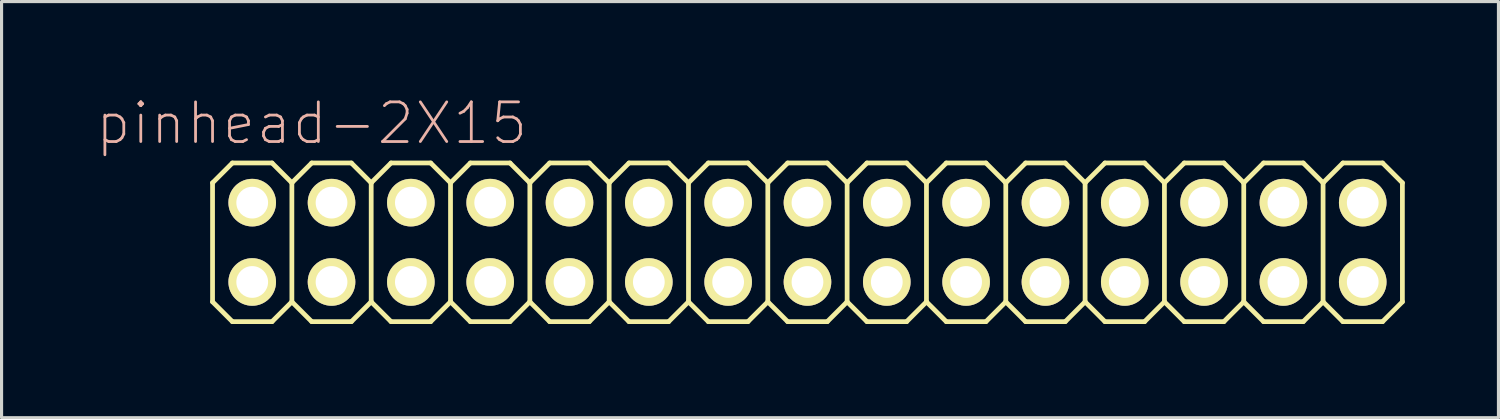
<source format=kicad_pcb>
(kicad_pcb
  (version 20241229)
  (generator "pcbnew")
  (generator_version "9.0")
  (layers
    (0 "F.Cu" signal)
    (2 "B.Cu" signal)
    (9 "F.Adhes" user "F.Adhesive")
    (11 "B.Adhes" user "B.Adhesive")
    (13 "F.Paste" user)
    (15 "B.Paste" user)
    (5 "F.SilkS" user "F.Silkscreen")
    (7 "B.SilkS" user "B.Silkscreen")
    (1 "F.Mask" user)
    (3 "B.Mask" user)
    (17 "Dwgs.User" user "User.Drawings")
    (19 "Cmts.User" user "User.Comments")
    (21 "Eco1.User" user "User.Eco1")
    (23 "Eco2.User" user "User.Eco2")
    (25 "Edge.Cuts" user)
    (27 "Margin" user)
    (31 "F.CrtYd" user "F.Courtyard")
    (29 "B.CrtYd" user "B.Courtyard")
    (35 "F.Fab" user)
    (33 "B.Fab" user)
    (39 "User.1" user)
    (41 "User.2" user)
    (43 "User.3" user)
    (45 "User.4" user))
  (footprint "pinhead-2X15"
    (layer "F.Cu")
    (at 22.806 4.709)
    (property "Reference" "pinhead-2X15" (at -15.875 -3.81 0) (layer "B.SilkS") (effects (font (size 1.27 1.27) (thickness 0.089))))
    (attr exclude_from_pos_files exclude_from_bom)
    (fp_line (start -19.05 -1.905) (end -18.415 -2.54) (stroke (width 0.152) (type solid)) (layer "F.SilkS"))
    (fp_line (start -19.05 1.905) (end -19.05 -1.905) (stroke (width 0.152) (type solid)) (layer "F.SilkS"))
    (fp_line (start -19.05 1.905) (end -18.415 2.54) (stroke (width 0.152) (type solid)) (layer "F.SilkS"))
    (fp_line (start -18.415 -2.54) (end -17.145 -2.54) (stroke (width 0.152) (type solid)) (layer "F.SilkS"))
    (fp_line (start -18.415 2.54) (end -17.145 2.54) (stroke (width 0.152) (type solid)) (layer "F.SilkS"))
    (fp_line (start -18.034 -1.524) (end -17.523 -1.524) (stroke (width 0.066) (type solid)) (layer "F.SilkS"))
    (fp_line (start -18.034 -1.016) (end -18.034 -1.524) (stroke (width 0.066) (type solid)) (layer "F.SilkS"))
    (fp_line (start -18.034 -1.016) (end -17.523 -1.016) (stroke (width 0.066) (type solid)) (layer "F.SilkS"))
    (fp_line (start -18.034 1.016) (end -17.523 1.016) (stroke (width 0.066) (type solid)) (layer "F.SilkS"))
    (fp_line (start -18.034 1.524) (end -18.034 1.016) (stroke (width 0.066) (type solid)) (layer "F.SilkS"))
    (fp_line (start -18.034 1.524) (end -17.523 1.524) (stroke (width 0.066) (type solid)) (layer "F.SilkS"))
    (fp_line (start -17.523 -1.016) (end -17.523 -1.524) (stroke (width 0.066) (type solid)) (layer "F.SilkS"))
    (fp_line (start -17.523 1.524) (end -17.523 1.016) (stroke (width 0.066) (type solid)) (layer "F.SilkS"))
    (fp_line (start -17.145 -2.54) (end -16.51 -1.905) (stroke (width 0.152) (type solid)) (layer "F.SilkS"))
    (fp_line (start -17.145 2.54) (end -16.51 1.905) (stroke (width 0.152) (type solid)) (layer "F.SilkS"))
    (fp_line (start -16.51 -1.905) (end -16.51 1.905) (stroke (width 0.152) (type solid)) (layer "F.SilkS"))
    (fp_line (start -16.51 -1.905) (end -15.875 -2.54) (stroke (width 0.152) (type solid)) (layer "F.SilkS"))
    (fp_line (start -16.51 1.905) (end -15.875 2.54) (stroke (width 0.152) (type solid)) (layer "F.SilkS"))
    (fp_line (start -15.875 -2.54) (end -14.605 -2.54) (stroke (width 0.152) (type solid)) (layer "F.SilkS"))
    (fp_line (start -15.875 2.54) (end -14.605 2.54) (stroke (width 0.152) (type solid)) (layer "F.SilkS"))
    (fp_line (start -15.494 -1.524) (end -14.986 -1.524) (stroke (width 0.066) (type solid)) (layer "F.SilkS"))
    (fp_line (start -15.494 -1.016) (end -15.494 -1.524) (stroke (width 0.066) (type solid)) (layer "F.SilkS"))
    (fp_line (start -15.494 -1.016) (end -14.986 -1.016) (stroke (width 0.066) (type solid)) (layer "F.SilkS"))
    (fp_line (start -15.494 1.016) (end -14.986 1.016) (stroke (width 0.066) (type solid)) (layer "F.SilkS"))
    (fp_line (start -15.494 1.524) (end -15.494 1.016) (stroke (width 0.066) (type solid)) (layer "F.SilkS"))
    (fp_line (start -15.494 1.524) (end -14.986 1.524) (stroke (width 0.066) (type solid)) (layer "F.SilkS"))
    (fp_line (start -14.986 -1.016) (end -14.986 -1.524) (stroke (width 0.066) (type solid)) (layer "F.SilkS"))
    (fp_line (start -14.986 1.524) (end -14.986 1.016) (stroke (width 0.066) (type solid)) (layer "F.SilkS"))
    (fp_line (start -14.605 -2.54) (end -13.97 -1.905) (stroke (width 0.152) (type solid)) (layer "F.SilkS"))
    (fp_line (start -14.605 2.54) (end -13.97 1.905) (stroke (width 0.152) (type solid)) (layer "F.SilkS"))
    (fp_line (start -13.97 -1.905) (end -13.97 1.905) (stroke (width 0.152) (type solid)) (layer "F.SilkS"))
    (fp_line (start -13.97 -1.905) (end -13.335 -2.54) (stroke (width 0.152) (type solid)) (layer "F.SilkS"))
    (fp_line (start -13.97 1.905) (end -13.335 2.54) (stroke (width 0.152) (type solid)) (layer "F.SilkS"))
    (fp_line (start -13.335 -2.54) (end -12.065 -2.54) (stroke (width 0.152) (type solid)) (layer "F.SilkS"))
    (fp_line (start -13.335 2.54) (end -12.065 2.54) (stroke (width 0.152) (type solid)) (layer "F.SilkS"))
    (fp_line (start -12.954 -1.524) (end -12.446 -1.524) (stroke (width 0.066) (type solid)) (layer "F.SilkS"))
    (fp_line (start -12.954 -1.016) (end -12.954 -1.524) (stroke (width 0.066) (type solid)) (layer "F.SilkS"))
    (fp_line (start -12.954 -1.016) (end -12.446 -1.016) (stroke (width 0.066) (type solid)) (layer "F.SilkS"))
    (fp_line (start -12.954 1.016) (end -12.446 1.016) (stroke (width 0.066) (type solid)) (layer "F.SilkS"))
    (fp_line (start -12.954 1.524) (end -12.954 1.016) (stroke (width 0.066) (type solid)) (layer "F.SilkS"))
    (fp_line (start -12.954 1.524) (end -12.446 1.524) (stroke (width 0.066) (type solid)) (layer "F.SilkS"))
    (fp_line (start -12.446 -1.016) (end -12.446 -1.524) (stroke (width 0.066) (type solid)) (layer "F.SilkS"))
    (fp_line (start -12.446 1.524) (end -12.446 1.016) (stroke (width 0.066) (type solid)) (layer "F.SilkS"))
    (fp_line (start -12.065 -2.54) (end -11.43 -1.905) (stroke (width 0.152) (type solid)) (layer "F.SilkS"))
    (fp_line (start -12.065 2.54) (end -11.43 1.905) (stroke (width 0.152) (type solid)) (layer "F.SilkS"))
    (fp_line (start -11.43 -1.905) (end -11.43 1.905) (stroke (width 0.152) (type solid)) (layer "F.SilkS"))
    (fp_line (start -11.43 -1.905) (end -10.795 -2.54) (stroke (width 0.152) (type solid)) (layer "F.SilkS"))
    (fp_line (start -11.43 1.905) (end -10.795 2.54) (stroke (width 0.152) (type solid)) (layer "F.SilkS"))
    (fp_line (start -10.795 -2.54) (end -9.525 -2.54) (stroke (width 0.152) (type solid)) (layer "F.SilkS"))
    (fp_line (start -10.795 2.54) (end -9.525 2.54) (stroke (width 0.152) (type solid)) (layer "F.SilkS"))
    (fp_line (start -10.414 -1.524) (end -9.906 -1.524) (stroke (width 0.066) (type solid)) (layer "F.SilkS"))
    (fp_line (start -10.414 -1.016) (end -10.414 -1.524) (stroke (width 0.066) (type solid)) (layer "F.SilkS"))
    (fp_line (start -10.414 -1.016) (end -9.906 -1.016) (stroke (width 0.066) (type solid)) (layer "F.SilkS"))
    (fp_line (start -10.414 1.016) (end -9.906 1.016) (stroke (width 0.066) (type solid)) (layer "F.SilkS"))
    (fp_line (start -10.414 1.524) (end -10.414 1.016) (stroke (width 0.066) (type solid)) (layer "F.SilkS"))
    (fp_line (start -10.414 1.524) (end -9.906 1.524) (stroke (width 0.066) (type solid)) (layer "F.SilkS"))
    (fp_line (start -9.906 -1.016) (end -9.906 -1.524) (stroke (width 0.066) (type solid)) (layer "F.SilkS"))
    (fp_line (start -9.906 1.524) (end -9.906 1.016) (stroke (width 0.066) (type solid)) (layer "F.SilkS"))
    (fp_line (start -9.525 -2.54) (end -8.89 -1.905) (stroke (width 0.152) (type solid)) (layer "F.SilkS"))
    (fp_line (start -9.525 2.54) (end -8.89 1.905) (stroke (width 0.152) (type solid)) (layer "F.SilkS"))
    (fp_line (start -8.89 -1.905) (end -8.89 1.905) (stroke (width 0.152) (type solid)) (layer "F.SilkS"))
    (fp_line (start -8.89 -1.905) (end -8.255 -2.54) (stroke (width 0.152) (type solid)) (layer "F.SilkS"))
    (fp_line (start -8.89 1.905) (end -8.255 2.54) (stroke (width 0.152) (type solid)) (layer "F.SilkS"))
    (fp_line (start -8.255 -2.54) (end -6.985 -2.54) (stroke (width 0.152) (type solid)) (layer "F.SilkS"))
    (fp_line (start -8.255 2.54) (end -6.985 2.54) (stroke (width 0.152) (type solid)) (layer "F.SilkS"))
    (fp_line (start -7.874 -1.524) (end -7.366 -1.524) (stroke (width 0.066) (type solid)) (layer "F.SilkS"))
    (fp_line (start -7.874 -1.016) (end -7.874 -1.524) (stroke (width 0.066) (type solid)) (layer "F.SilkS"))
    (fp_line (start -7.874 -1.016) (end -7.366 -1.016) (stroke (width 0.066) (type solid)) (layer "F.SilkS"))
    (fp_line (start -7.874 1.016) (end -7.366 1.016) (stroke (width 0.066) (type solid)) (layer "F.SilkS"))
    (fp_line (start -7.874 1.524) (end -7.874 1.016) (stroke (width 0.066) (type solid)) (layer "F.SilkS"))
    (fp_line (start -7.874 1.524) (end -7.366 1.524) (stroke (width 0.066) (type solid)) (layer "F.SilkS"))
    (fp_line (start -7.366 -1.016) (end -7.366 -1.524) (stroke (width 0.066) (type solid)) (layer "F.SilkS"))
    (fp_line (start -7.366 1.524) (end -7.366 1.016) (stroke (width 0.066) (type solid)) (layer "F.SilkS"))
    (fp_line (start -6.985 -2.54) (end -6.35 -1.905) (stroke (width 0.152) (type solid)) (layer "F.SilkS"))
    (fp_line (start -6.985 2.54) (end -6.35 1.905) (stroke (width 0.152) (type solid)) (layer "F.SilkS"))
    (fp_line (start -6.35 -1.905) (end -6.35 1.905) (stroke (width 0.152) (type solid)) (layer "F.SilkS"))
    (fp_line (start -6.35 -1.905) (end -5.715 -2.54) (stroke (width 0.152) (type solid)) (layer "F.SilkS"))
    (fp_line (start -6.35 1.905) (end -5.715 2.54) (stroke (width 0.152) (type solid)) (layer "F.SilkS"))
    (fp_line (start -5.715 -2.54) (end -4.445 -2.54) (stroke (width 0.152) (type solid)) (layer "F.SilkS"))
    (fp_line (start -5.715 2.54) (end -4.445 2.54) (stroke (width 0.152) (type solid)) (layer "F.SilkS"))
    (fp_line (start -5.334 -1.524) (end -4.826 -1.524) (stroke (width 0.066) (type solid)) (layer "F.SilkS"))
    (fp_line (start -5.334 -1.016) (end -5.334 -1.524) (stroke (width 0.066) (type solid)) (layer "F.SilkS"))
    (fp_line (start -5.334 -1.016) (end -4.826 -1.016) (stroke (width 0.066) (type solid)) (layer "F.SilkS"))
    (fp_line (start -5.334 1.016) (end -4.826 1.016) (stroke (width 0.066) (type solid)) (layer "F.SilkS"))
    (fp_line (start -5.334 1.524) (end -5.334 1.016) (stroke (width 0.066) (type solid)) (layer "F.SilkS"))
    (fp_line (start -5.334 1.524) (end -4.826 1.524) (stroke (width 0.066) (type solid)) (layer "F.SilkS"))
    (fp_line (start -4.826 -1.016) (end -4.826 -1.524) (stroke (width 0.066) (type solid)) (layer "F.SilkS"))
    (fp_line (start -4.826 1.524) (end -4.826 1.016) (stroke (width 0.066) (type solid)) (layer "F.SilkS"))
    (fp_line (start -4.445 -2.54) (end -3.81 -1.905) (stroke (width 0.152) (type solid)) (layer "F.SilkS"))
    (fp_line (start -4.445 2.54) (end -3.81 1.905) (stroke (width 0.152) (type solid)) (layer "F.SilkS"))
    (fp_line (start -3.81 -1.905) (end -3.81 1.905) (stroke (width 0.152) (type solid)) (layer "F.SilkS"))
    (fp_line (start -3.81 -1.905) (end -3.175 -2.54) (stroke (width 0.152) (type solid)) (layer "F.SilkS"))
    (fp_line (start -3.81 1.905) (end -3.175 2.54) (stroke (width 0.152) (type solid)) (layer "F.SilkS"))
    (fp_line (start -3.175 -2.54) (end -1.905 -2.54) (stroke (width 0.152) (type solid)) (layer "F.SilkS"))
    (fp_line (start -2.794 -1.524) (end -2.286 -1.524) (stroke (width 0.066) (type solid)) (layer "F.SilkS"))
    (fp_line (start -2.794 -1.016) (end -2.794 -1.524) (stroke (width 0.066) (type solid)) (layer "F.SilkS"))
    (fp_line (start -2.794 -1.016) (end -2.286 -1.016) (stroke (width 0.066) (type solid)) (layer "F.SilkS"))
    (fp_line (start -2.794 1.016) (end -2.286 1.016) (stroke (width 0.066) (type solid)) (layer "F.SilkS"))
    (fp_line (start -2.794 1.524) (end -2.794 1.016) (stroke (width 0.066) (type solid)) (layer "F.SilkS"))
    (fp_line (start -2.794 1.524) (end -2.286 1.524) (stroke (width 0.066) (type solid)) (layer "F.SilkS"))
    (fp_line (start -2.286 -1.016) (end -2.286 -1.524) (stroke (width 0.066) (type solid)) (layer "F.SilkS"))
    (fp_line (start -2.286 1.524) (end -2.286 1.016) (stroke (width 0.066) (type solid)) (layer "F.SilkS"))
    (fp_line (start -1.905 -2.54) (end -1.27 -1.905) (stroke (width 0.152) (type solid)) (layer "F.SilkS"))
    (fp_line (start -1.905 2.54) (end -3.175 2.54) (stroke (width 0.152) (type solid)) (layer "F.SilkS"))
    (fp_line (start -1.27 -1.905) (end -1.27 1.905) (stroke (width 0.152) (type solid)) (layer "F.SilkS"))
    (fp_line (start -1.27 -1.905) (end -0.635 -2.54) (stroke (width 0.152) (type solid)) (layer "F.SilkS"))
    (fp_line (start -1.27 1.905) (end -1.905 2.54) (stroke (width 0.152) (type solid)) (layer "F.SilkS"))
    (fp_line (start -1.27 1.905) (end -0.635 2.54) (stroke (width 0.152) (type solid)) (layer "F.SilkS"))
    (fp_line (start -0.635 -2.54) (end 0.635 -2.54) (stroke (width 0.152) (type solid)) (layer "F.SilkS"))
    (fp_line (start -0.254 -1.524) (end 0.254 -1.524) (stroke (width 0.066) (type solid)) (layer "F.SilkS"))
    (fp_line (start -0.254 -1.016) (end -0.254 -1.524) (stroke (width 0.066) (type solid)) (layer "F.SilkS"))
    (fp_line (start -0.254 -1.016) (end 0.254 -1.016) (stroke (width 0.066) (type solid)) (layer "F.SilkS"))
    (fp_line (start -0.254 1.016) (end 0.254 1.016) (stroke (width 0.066) (type solid)) (layer "F.SilkS"))
    (fp_line (start -0.254 1.524) (end -0.254 1.016) (stroke (width 0.066) (type solid)) (layer "F.SilkS"))
    (fp_line (start -0.254 1.524) (end 0.254 1.524) (stroke (width 0.066) (type solid)) (layer "F.SilkS"))
    (fp_line (start 0.254 -1.016) (end 0.254 -1.524) (stroke (width 0.066) (type solid)) (layer "F.SilkS"))
    (fp_line (start 0.254 1.524) (end 0.254 1.016) (stroke (width 0.066) (type solid)) (layer "F.SilkS"))
    (fp_line (start 0.635 -2.54) (end 1.27 -1.905) (stroke (width 0.152) (type solid)) (layer "F.SilkS"))
    (fp_line (start 0.635 2.54) (end -0.635 2.54) (stroke (width 0.152) (type solid)) (layer "F.SilkS"))
    (fp_line (start 1.27 -1.905) (end 1.27 1.905) (stroke (width 0.152) (type solid)) (layer "F.SilkS"))
    (fp_line (start 1.27 -1.905) (end 1.905 -2.54) (stroke (width 0.152) (type solid)) (layer "F.SilkS"))
    (fp_line (start 1.27 1.905) (end 0.635 2.54) (stroke (width 0.152) (type solid)) (layer "F.SilkS"))
    (fp_line (start 1.27 1.905) (end 1.905 2.54) (stroke (width 0.152) (type solid)) (layer "F.SilkS"))
    (fp_line (start 1.905 -2.54) (end 3.175 -2.54) (stroke (width 0.152) (type solid)) (layer "F.SilkS"))
    (fp_line (start 2.286 -1.524) (end 2.794 -1.524) (stroke (width 0.066) (type solid)) (layer "F.SilkS"))
    (fp_line (start 2.286 -1.016) (end 2.286 -1.524) (stroke (width 0.066) (type solid)) (layer "F.SilkS"))
    (fp_line (start 2.286 -1.016) (end 2.794 -1.016) (stroke (width 0.066) (type solid)) (layer "F.SilkS"))
    (fp_line (start 2.286 1.016) (end 2.794 1.016) (stroke (width 0.066) (type solid)) (layer "F.SilkS"))
    (fp_line (start 2.286 1.524) (end 2.286 1.016) (stroke (width 0.066) (type solid)) (layer "F.SilkS"))
    (fp_line (start 2.286 1.524) (end 2.794 1.524) (stroke (width 0.066) (type solid)) (layer "F.SilkS"))
    (fp_line (start 2.794 -1.016) (end 2.794 -1.524) (stroke (width 0.066) (type solid)) (layer "F.SilkS"))
    (fp_line (start 2.794 1.524) (end 2.794 1.016) (stroke (width 0.066) (type solid)) (layer "F.SilkS"))
    (fp_line (start 3.175 -2.54) (end 3.81 -1.905) (stroke (width 0.152) (type solid)) (layer "F.SilkS"))
    (fp_line (start 3.175 2.54) (end 1.905 2.54) (stroke (width 0.152) (type solid)) (layer "F.SilkS"))
    (fp_line (start 3.81 -1.905) (end 3.81 1.905) (stroke (width 0.152) (type solid)) (layer "F.SilkS"))
    (fp_line (start 3.81 -1.905) (end 4.445 -2.54) (stroke (width 0.152) (type solid)) (layer "F.SilkS"))
    (fp_line (start 3.81 1.905) (end 3.175 2.54) (stroke (width 0.152) (type solid)) (layer "F.SilkS"))
    (fp_line (start 3.81 1.905) (end 4.445 2.54) (stroke (width 0.152) (type solid)) (layer "F.SilkS"))
    (fp_line (start 4.445 -2.54) (end 5.715 -2.54) (stroke (width 0.152) (type solid)) (layer "F.SilkS"))
    (fp_line (start 4.826 -1.524) (end 5.334 -1.524) (stroke (width 0.066) (type solid)) (layer "F.SilkS"))
    (fp_line (start 4.826 -1.016) (end 4.826 -1.524) (stroke (width 0.066) (type solid)) (layer "F.SilkS"))
    (fp_line (start 4.826 -1.016) (end 5.334 -1.016) (stroke (width 0.066) (type solid)) (layer "F.SilkS"))
    (fp_line (start 4.826 1.016) (end 5.334 1.016) (stroke (width 0.066) (type solid)) (layer "F.SilkS"))
    (fp_line (start 4.826 1.524) (end 4.826 1.016) (stroke (width 0.066) (type solid)) (layer "F.SilkS"))
    (fp_line (start 4.826 1.524) (end 5.334 1.524) (stroke (width 0.066) (type solid)) (layer "F.SilkS"))
    (fp_line (start 5.334 -1.016) (end 5.334 -1.524) (stroke (width 0.066) (type solid)) (layer "F.SilkS"))
    (fp_line (start 5.334 1.524) (end 5.334 1.016) (stroke (width 0.066) (type solid)) (layer "F.SilkS"))
    (fp_line (start 5.715 -2.54) (end 6.35 -1.905) (stroke (width 0.152) (type solid)) (layer "F.SilkS"))
    (fp_line (start 5.715 2.54) (end 4.445 2.54) (stroke (width 0.152) (type solid)) (layer "F.SilkS"))
    (fp_line (start 6.35 -1.905) (end 6.35 1.905) (stroke (width 0.152) (type solid)) (layer "F.SilkS"))
    (fp_line (start 6.35 -1.905) (end 6.985 -2.54) (stroke (width 0.152) (type solid)) (layer "F.SilkS"))
    (fp_line (start 6.35 1.905) (end 5.715 2.54) (stroke (width 0.152) (type solid)) (layer "F.SilkS"))
    (fp_line (start 6.35 1.905) (end 6.985 2.54) (stroke (width 0.152) (type solid)) (layer "F.SilkS"))
    (fp_line (start 6.985 -2.54) (end 8.255 -2.54) (stroke (width 0.152) (type solid)) (layer "F.SilkS"))
    (fp_line (start 7.366 -1.524) (end 7.874 -1.524) (stroke (width 0.066) (type solid)) (layer "F.SilkS"))
    (fp_line (start 7.366 -1.016) (end 7.366 -1.524) (stroke (width 0.066) (type solid)) (layer "F.SilkS"))
    (fp_line (start 7.366 -1.016) (end 7.874 -1.016) (stroke (width 0.066) (type solid)) (layer "F.SilkS"))
    (fp_line (start 7.366 1.016) (end 7.874 1.016) (stroke (width 0.066) (type solid)) (layer "F.SilkS"))
    (fp_line (start 7.366 1.524) (end 7.366 1.016) (stroke (width 0.066) (type solid)) (layer "F.SilkS"))
    (fp_line (start 7.366 1.524) (end 7.874 1.524) (stroke (width 0.066) (type solid)) (layer "F.SilkS"))
    (fp_line (start 7.874 -1.016) (end 7.874 -1.524) (stroke (width 0.066) (type solid)) (layer "F.SilkS"))
    (fp_line (start 7.874 1.524) (end 7.874 1.016) (stroke (width 0.066) (type solid)) (layer "F.SilkS"))
    (fp_line (start 8.255 -2.54) (end 8.89 -1.905) (stroke (width 0.152) (type solid)) (layer "F.SilkS"))
    (fp_line (start 8.255 2.54) (end 6.985 2.54) (stroke (width 0.152) (type solid)) (layer "F.SilkS"))
    (fp_line (start 8.89 -1.905) (end 8.89 1.905) (stroke (width 0.152) (type solid)) (layer "F.SilkS"))
    (fp_line (start 8.89 -1.905) (end 9.525 -2.54) (stroke (width 0.152) (type solid)) (layer "F.SilkS"))
    (fp_line (start 8.89 1.905) (end 8.255 2.54) (stroke (width 0.152) (type solid)) (layer "F.SilkS"))
    (fp_line (start 8.89 1.905) (end 9.525 2.54) (stroke (width 0.152) (type solid)) (layer "F.SilkS"))
    (fp_line (start 9.525 -2.54) (end 10.795 -2.54) (stroke (width 0.152) (type solid)) (layer "F.SilkS"))
    (fp_line (start 9.906 -1.524) (end 10.414 -1.524) (stroke (width 0.066) (type solid)) (layer "F.SilkS"))
    (fp_line (start 9.906 -1.016) (end 9.906 -1.524) (stroke (width 0.066) (type solid)) (layer "F.SilkS"))
    (fp_line (start 9.906 -1.016) (end 10.414 -1.016) (stroke (width 0.066) (type solid)) (layer "F.SilkS"))
    (fp_line (start 9.906 1.016) (end 10.414 1.016) (stroke (width 0.066) (type solid)) (layer "F.SilkS"))
    (fp_line (start 9.906 1.524) (end 9.906 1.016) (stroke (width 0.066) (type solid)) (layer "F.SilkS"))
    (fp_line (start 9.906 1.524) (end 10.414 1.524) (stroke (width 0.066) (type solid)) (layer "F.SilkS"))
    (fp_line (start 10.414 -1.016) (end 10.414 -1.524) (stroke (width 0.066) (type solid)) (layer "F.SilkS"))
    (fp_line (start 10.414 1.524) (end 10.414 1.016) (stroke (width 0.066) (type solid)) (layer "F.SilkS"))
    (fp_line (start 10.795 2.54) (end 9.525 2.54) (stroke (width 0.152) (type solid)) (layer "F.SilkS"))
    (fp_line (start 11.43 -1.905) (end 10.795 -2.54) (stroke (width 0.152) (type solid)) (layer "F.SilkS"))
    (fp_line (start 11.43 -1.905) (end 11.43 1.905) (stroke (width 0.152) (type solid)) (layer "F.SilkS"))
    (fp_line (start 11.43 -1.905) (end 12.065 -2.54) (stroke (width 0.152) (type solid)) (layer "F.SilkS"))
    (fp_line (start 11.43 1.905) (end 10.795 2.54) (stroke (width 0.152) (type solid)) (layer "F.SilkS"))
    (fp_line (start 11.43 1.905) (end 12.065 2.54) (stroke (width 0.152) (type solid)) (layer "F.SilkS"))
    (fp_line (start 12.446 -1.524) (end 12.954 -1.524) (stroke (width 0.066) (type solid)) (layer "F.SilkS"))
    (fp_line (start 12.446 -1.016) (end 12.446 -1.524) (stroke (width 0.066) (type solid)) (layer "F.SilkS"))
    (fp_line (start 12.446 -1.016) (end 12.954 -1.016) (stroke (width 0.066) (type solid)) (layer "F.SilkS"))
    (fp_line (start 12.446 1.016) (end 12.954 1.016) (stroke (width 0.066) (type solid)) (layer "F.SilkS"))
    (fp_line (start 12.446 1.524) (end 12.446 1.016) (stroke (width 0.066) (type solid)) (layer "F.SilkS"))
    (fp_line (start 12.446 1.524) (end 12.954 1.524) (stroke (width 0.066) (type solid)) (layer "F.SilkS"))
    (fp_line (start 12.954 -1.016) (end 12.954 -1.524) (stroke (width 0.066) (type solid)) (layer "F.SilkS"))
    (fp_line (start 12.954 1.524) (end 12.954 1.016) (stroke (width 0.066) (type solid)) (layer "F.SilkS"))
    (fp_line (start 13.335 -2.54) (end 12.065 -2.54) (stroke (width 0.152) (type solid)) (layer "F.SilkS"))
    (fp_line (start 13.335 -2.54) (end 13.97 -1.905) (stroke (width 0.152) (type solid)) (layer "F.SilkS"))
    (fp_line (start 13.335 2.54) (end 12.065 2.54) (stroke (width 0.152) (type solid)) (layer "F.SilkS"))
    (fp_line (start 13.97 -1.905) (end 13.97 1.905) (stroke (width 0.152) (type solid)) (layer "F.SilkS"))
    (fp_line (start 13.97 -1.905) (end 14.605 -2.54) (stroke (width 0.152) (type solid)) (layer "F.SilkS"))
    (fp_line (start 13.97 1.905) (end 13.335 2.54) (stroke (width 0.152) (type solid)) (layer "F.SilkS"))
    (fp_line (start 13.97 1.905) (end 14.605 2.54) (stroke (width 0.152) (type solid)) (layer "F.SilkS"))
    (fp_line (start 14.986 -1.524) (end 15.494 -1.524) (stroke (width 0.066) (type solid)) (layer "F.SilkS"))
    (fp_line (start 14.986 -1.016) (end 14.986 -1.524) (stroke (width 0.066) (type solid)) (layer "F.SilkS"))
    (fp_line (start 14.986 -1.016) (end 15.494 -1.016) (stroke (width 0.066) (type solid)) (layer "F.SilkS"))
    (fp_line (start 14.986 1.016) (end 15.494 1.016) (stroke (width 0.066) (type solid)) (layer "F.SilkS"))
    (fp_line (start 14.986 1.524) (end 14.986 1.016) (stroke (width 0.066) (type solid)) (layer "F.SilkS"))
    (fp_line (start 14.986 1.524) (end 15.494 1.524) (stroke (width 0.066) (type solid)) (layer "F.SilkS"))
    (fp_line (start 15.494 -1.016) (end 15.494 -1.524) (stroke (width 0.066) (type solid)) (layer "F.SilkS"))
    (fp_line (start 15.494 1.524) (end 15.494 1.016) (stroke (width 0.066) (type solid)) (layer "F.SilkS"))
    (fp_line (start 15.875 -2.54) (end 14.605 -2.54) (stroke (width 0.152) (type solid)) (layer "F.SilkS"))
    (fp_line (start 15.875 -2.54) (end 16.51 -1.905) (stroke (width 0.152) (type solid)) (layer "F.SilkS"))
    (fp_line (start 15.875 2.54) (end 14.605 2.54) (stroke (width 0.152) (type solid)) (layer "F.SilkS"))
    (fp_line (start 16.51 -1.905) (end 16.51 1.905) (stroke (width 0.152) (type solid)) (layer "F.SilkS"))
    (fp_line (start 16.51 -1.905) (end 17.145 -2.54) (stroke (width 0.152) (type solid)) (layer "F.SilkS"))
    (fp_line (start 16.51 1.905) (end 15.875 2.54) (stroke (width 0.152) (type solid)) (layer "F.SilkS"))
    (fp_line (start 17.145 2.54) (end 16.51 1.905) (stroke (width 0.152) (type solid)) (layer "F.SilkS"))
    (fp_line (start 17.145 2.54) (end 18.415 2.54) (stroke (width 0.152) (type solid)) (layer "F.SilkS"))
    (fp_line (start 17.523 -1.524) (end 18.034 -1.524) (stroke (width 0.066) (type solid)) (layer "F.SilkS"))
    (fp_line (start 17.523 -1.016) (end 17.523 -1.524) (stroke (width 0.066) (type solid)) (layer "F.SilkS"))
    (fp_line (start 17.523 -1.016) (end 18.034 -1.016) (stroke (width 0.066) (type solid)) (layer "F.SilkS"))
    (fp_line (start 17.523 1.016) (end 18.034 1.016) (stroke (width 0.066) (type solid)) (layer "F.SilkS"))
    (fp_line (start 17.523 1.524) (end 17.523 1.016) (stroke (width 0.066) (type solid)) (layer "F.SilkS"))
    (fp_line (start 17.523 1.524) (end 18.034 1.524) (stroke (width 0.066) (type solid)) (layer "F.SilkS"))
    (fp_line (start 18.034 -1.016) (end 18.034 -1.524) (stroke (width 0.066) (type solid)) (layer "F.SilkS"))
    (fp_line (start 18.034 1.524) (end 18.034 1.016) (stroke (width 0.066) (type solid)) (layer "F.SilkS"))
    (fp_line (start 18.415 -2.54) (end 17.145 -2.54) (stroke (width 0.152) (type solid)) (layer "F.SilkS"))
    (fp_line (start 18.415 -2.54) (end 19.05 -1.905) (stroke (width 0.152) (type solid)) (layer "F.SilkS"))
    (fp_line (start 19.05 -1.905) (end 19.05 1.905) (stroke (width 0.152) (type solid)) (layer "F.SilkS"))
    (fp_line (start 19.05 1.905) (end 18.415 2.54) (stroke (width 0.152) (type solid)) (layer "F.SilkS"))
    (pad "1" thru_hole circle (at -17.78 1.27) (size 1.524 1.524) (drill 1.016) (layers "*.Cu" "F.Mask" "F.SilkS" "F.Paste"))
    (pad "2" thru_hole circle (at -17.78 -1.27) (size 1.524 1.524) (drill 1.016) (layers "*.Cu" "F.Mask" "F.SilkS" "F.Paste"))
    (pad "3" thru_hole circle (at -15.24 1.27) (size 1.524 1.524) (drill 1.016) (layers "*.Cu" "F.Mask" "F.SilkS" "F.Paste"))
    (pad "4" thru_hole circle (at -15.24 -1.27) (size 1.524 1.524) (drill 1.016) (layers "*.Cu" "F.Mask" "F.SilkS" "F.Paste"))
    (pad "5" thru_hole circle (at -12.7 1.27) (size 1.524 1.524) (drill 1.016) (layers "*.Cu" "F.Mask" "F.SilkS" "F.Paste"))
    (pad "6" thru_hole circle (at -12.7 -1.27) (size 1.524 1.524) (drill 1.016) (layers "*.Cu" "F.Mask" "F.SilkS" "F.Paste"))
    (pad "7" thru_hole circle (at -10.16 1.27) (size 1.524 1.524) (drill 1.016) (layers "*.Cu" "F.Mask" "F.SilkS" "F.Paste"))
    (pad "8" thru_hole circle (at -10.16 -1.27) (size 1.524 1.524) (drill 1.016) (layers "*.Cu" "F.Mask" "F.SilkS" "F.Paste"))
    (pad "9" thru_hole circle (at -7.62 1.27) (size 1.524 1.524) (drill 1.016) (layers "*.Cu" "F.Mask" "F.SilkS" "F.Paste"))
    (pad "10" thru_hole circle (at -7.62 -1.27) (size 1.524 1.524) (drill 1.016) (layers "*.Cu" "F.Mask" "F.SilkS" "F.Paste"))
    (pad "11" thru_hole circle (at -5.08 1.27) (size 1.524 1.524) (drill 1.016) (layers "*.Cu" "F.Mask" "F.SilkS" "F.Paste"))
    (pad "12" thru_hole circle (at -5.08 -1.27) (size 1.524 1.524) (drill 1.016) (layers "*.Cu" "F.Mask" "F.SilkS" "F.Paste"))
    (pad "13" thru_hole circle (at -2.54 1.27) (size 1.524 1.524) (drill 1.016) (layers "*.Cu" "F.Mask" "F.SilkS" "F.Paste"))
    (pad "14" thru_hole circle (at -2.54 -1.27) (size 1.524 1.524) (drill 1.016) (layers "*.Cu" "F.Mask" "F.SilkS" "F.Paste"))
    (pad "15" thru_hole circle (at 0 1.27) (size 1.524 1.524) (drill 1.016) (layers "*.Cu" "F.Mask" "F.SilkS" "F.Paste"))
    (pad "16" thru_hole circle (at 0 -1.27) (size 1.524 1.524) (drill 1.016) (layers "*.Cu" "F.Mask" "F.SilkS" "F.Paste"))
    (pad "17" thru_hole circle (at 2.54 1.27) (size 1.524 1.524) (drill 1.016) (layers "*.Cu" "F.Mask" "F.SilkS" "F.Paste"))
    (pad "18" thru_hole circle (at 2.54 -1.27) (size 1.524 1.524) (drill 1.016) (layers "*.Cu" "F.Mask" "F.SilkS" "F.Paste"))
    (pad "19" thru_hole circle (at 5.08 1.27) (size 1.524 1.524) (drill 1.016) (layers "*.Cu" "F.Mask" "F.SilkS" "F.Paste"))
    (pad "20" thru_hole circle (at 5.08 -1.27) (size 1.524 1.524) (drill 1.016) (layers "*.Cu" "F.Mask" "F.SilkS" "F.Paste"))
    (pad "21" thru_hole circle (at 7.62 1.27) (size 1.524 1.524) (drill 1.016) (layers "*.Cu" "F.Mask" "F.SilkS" "F.Paste"))
    (pad "22" thru_hole circle (at 7.62 -1.27) (size 1.524 1.524) (drill 1.016) (layers "*.Cu" "F.Mask" "F.SilkS" "F.Paste"))
    (pad "23" thru_hole circle (at 10.16 1.27) (size 1.524 1.524) (drill 1.016) (layers "*.Cu" "F.Mask" "F.SilkS" "F.Paste"))
    (pad "24" thru_hole circle (at 10.16 -1.27) (size 1.524 1.524) (drill 1.016) (layers "*.Cu" "F.Mask" "F.SilkS" "F.Paste"))
    (pad "25" thru_hole circle (at 12.7 1.27) (size 1.524 1.524) (drill 1.016) (layers "*.Cu" "F.Mask" "F.SilkS" "F.Paste"))
    (pad "26" thru_hole circle (at 12.7 -1.27) (size 1.524 1.524) (drill 1.016) (layers "*.Cu" "F.Mask" "F.SilkS" "F.Paste"))
    (pad "27" thru_hole circle (at 15.24 1.27) (size 1.524 1.524) (drill 1.016) (layers "*.Cu" "F.Mask" "F.SilkS" "F.Paste"))
    (pad "28" thru_hole circle (at 15.24 -1.27) (size 1.524 1.524) (drill 1.016) (layers "*.Cu" "F.Mask" "F.SilkS" "F.Paste"))
    (pad "29" thru_hole circle (at 17.78 1.27) (size 1.524 1.524) (drill 1.016) (layers "*.Cu" "F.Mask" "F.SilkS" "F.Paste"))
    (pad "30" thru_hole circle (at 17.78 -1.27) (size 1.524 1.524) (drill 1.016) (layers "*.Cu" "F.Mask" "F.SilkS" "F.Paste")))
  (gr_rect
    (start -3 -3)
    (end 44.932 10.325)
    (stroke (width 0.1) (type default))
    (fill no)
    (layer "Edge.Cuts")))
</source>
